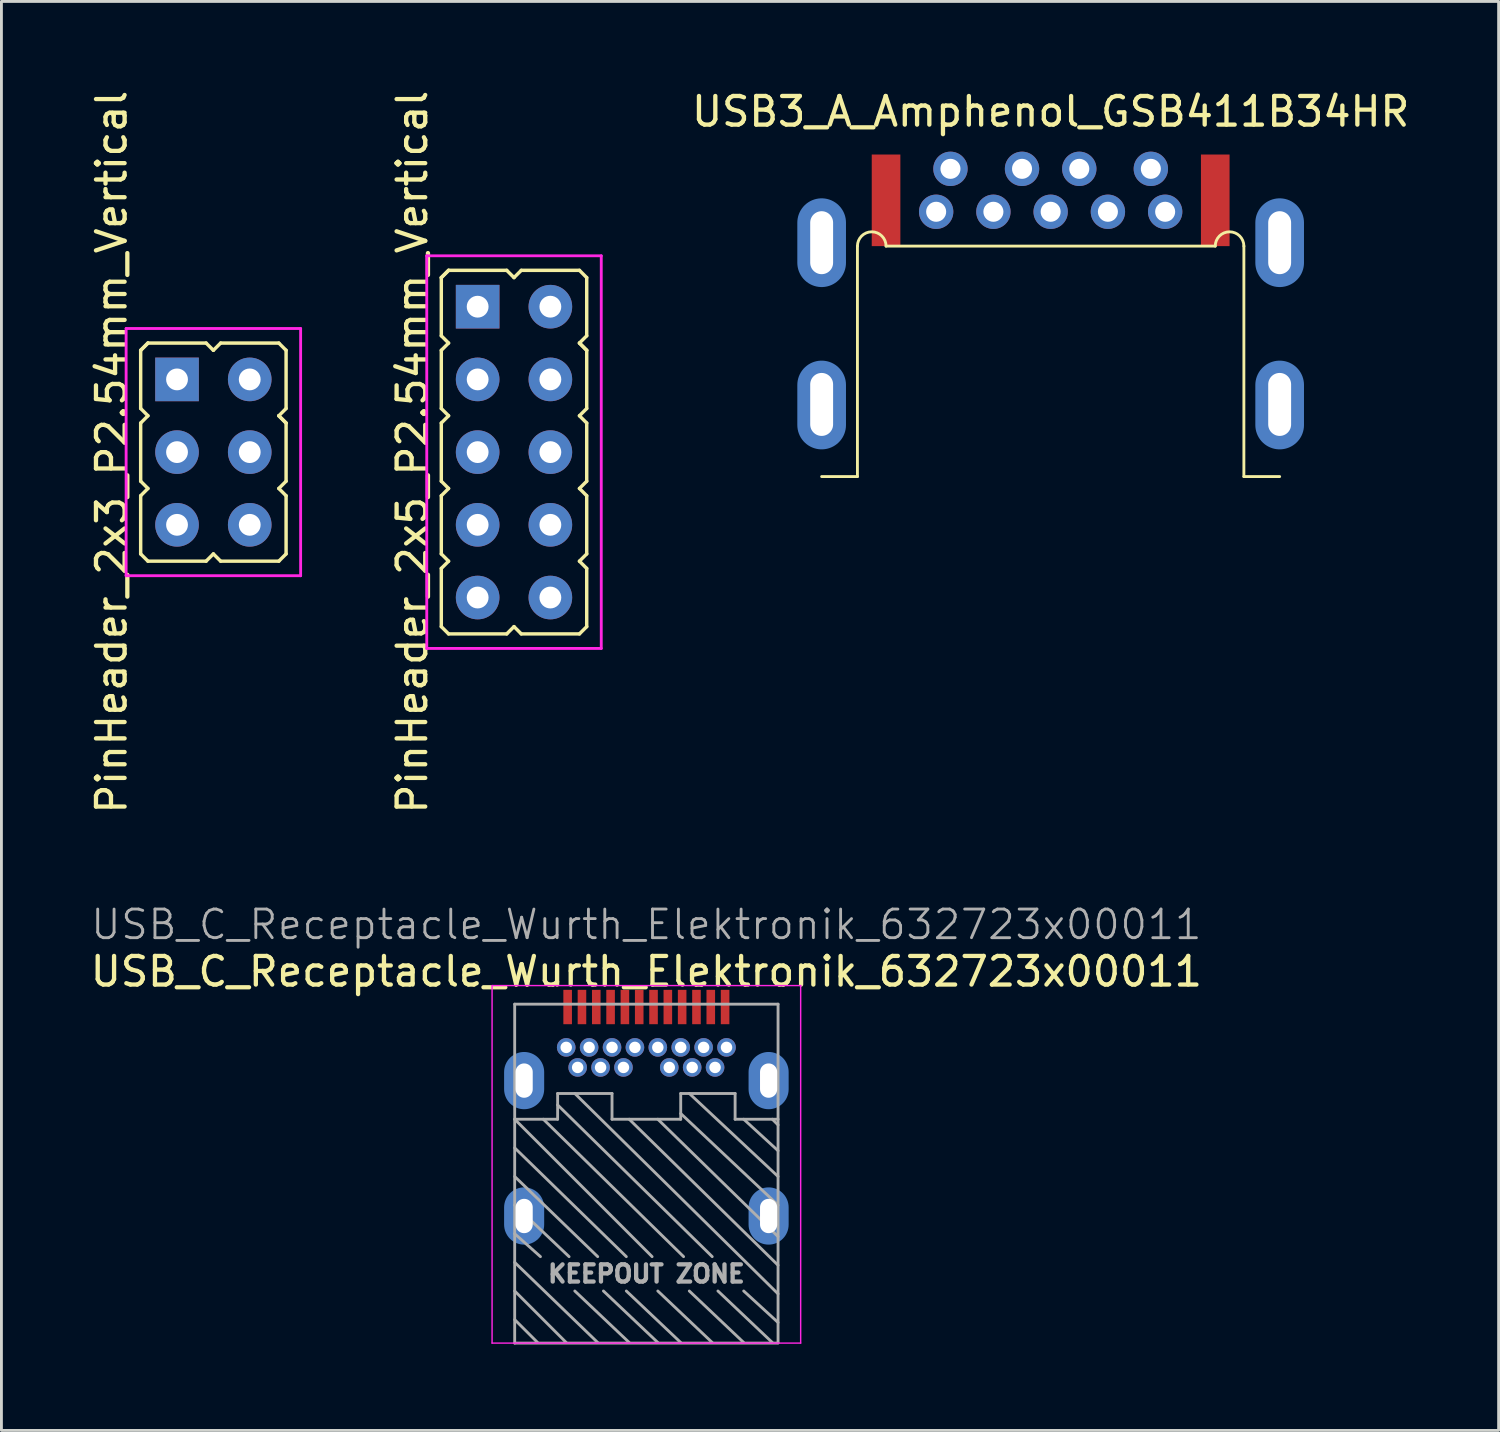
<source format=kicad_pcb>
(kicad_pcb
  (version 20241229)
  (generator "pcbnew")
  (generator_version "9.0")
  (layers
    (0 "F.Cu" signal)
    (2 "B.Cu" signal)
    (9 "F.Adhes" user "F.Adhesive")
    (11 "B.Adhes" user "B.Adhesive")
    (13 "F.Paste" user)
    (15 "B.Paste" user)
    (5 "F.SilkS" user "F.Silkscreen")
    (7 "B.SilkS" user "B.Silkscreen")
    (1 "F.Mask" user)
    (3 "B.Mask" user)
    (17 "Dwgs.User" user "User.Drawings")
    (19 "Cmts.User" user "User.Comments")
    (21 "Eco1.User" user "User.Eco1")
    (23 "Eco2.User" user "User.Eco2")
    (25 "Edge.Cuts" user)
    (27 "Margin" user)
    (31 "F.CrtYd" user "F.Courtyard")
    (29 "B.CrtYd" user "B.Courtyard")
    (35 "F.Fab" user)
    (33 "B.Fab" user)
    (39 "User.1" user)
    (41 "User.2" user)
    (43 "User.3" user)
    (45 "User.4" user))
  (footprint "PinHeader_2x5_P2.54mm_Vertical"
    (layer "F.Cu")
    (at 14.906 12.744)
    (property "Reference" "PinHeader_2x5_P2.54mm_Vertical" (at -3.556 0 90) (layer "F.SilkS") (effects (font (size 1 1) (thickness 0.15))))
    (attr through_hole)
    (fp_line (start -2.54 -6.096) (end -2.286 -6.35) (stroke (width 0.12) (type solid)) (layer "F.SilkS"))
    (fp_line (start -2.54 -6.096) (end -2.286 -6.35) (stroke (width 0.12) (type solid)) (layer "F.SilkS"))
    (fp_line (start -2.54 -4.064) (end -2.54 -6.096) (stroke (width 0.12) (type solid)) (layer "F.SilkS"))
    (fp_line (start -2.54 -3.556) (end -2.286 -3.81) (stroke (width 0.12) (type solid)) (layer "F.SilkS"))
    (fp_line (start -2.54 -1.524) (end -2.54 -3.556) (stroke (width 0.12) (type solid)) (layer "F.SilkS"))
    (fp_line (start -2.54 -1.016) (end -2.286 -1.27) (stroke (width 0.12) (type solid)) (layer "F.SilkS"))
    (fp_line (start -2.54 1.016) (end -2.54 -1.016) (stroke (width 0.12) (type solid)) (layer "F.SilkS"))
    (fp_line (start -2.54 1.524) (end -2.286 1.27) (stroke (width 0.12) (type solid)) (layer "F.SilkS"))
    (fp_line (start -2.54 3.556) (end -2.54 1.524) (stroke (width 0.12) (type solid)) (layer "F.SilkS"))
    (fp_line (start -2.54 4.064) (end -2.286 3.81) (stroke (width 0.12) (type solid)) (layer "F.SilkS"))
    (fp_line (start -2.54 6.096) (end -2.54 4.064) (stroke (width 0.12) (type solid)) (layer "F.SilkS"))
    (fp_line (start -2.286 -3.81) (end -2.54 -4.064) (stroke (width 0.12) (type solid)) (layer "F.SilkS"))
    (fp_line (start -2.286 -1.27) (end -2.54 -1.524) (stroke (width 0.12) (type solid)) (layer "F.SilkS"))
    (fp_line (start -2.286 1.27) (end -2.54 1.016) (stroke (width 0.12) (type solid)) (layer "F.SilkS"))
    (fp_line (start -2.286 3.81) (end -2.54 3.556) (stroke (width 0.12) (type solid)) (layer "F.SilkS"))
    (fp_line (start -2.286 6.35) (end -2.54 6.096) (stroke (width 0.12) (type solid)) (layer "F.SilkS"))
    (fp_line (start -0.254 -6.35) (end -2.286 -6.35) (stroke (width 0.12) (type solid)) (layer "F.SilkS"))
    (fp_line (start -0.254 6.35) (end -2.286 6.35) (stroke (width 0.12) (type solid)) (layer "F.SilkS"))
    (fp_line (start -0.254 6.35) (end 0 6.096) (stroke (width 0.12) (type solid)) (layer "F.SilkS"))
    (fp_line (start 0 -6.096) (end -0.254 -6.35) (stroke (width 0.12) (type solid)) (layer "F.SilkS"))
    (fp_line (start 0.254 -6.35) (end 0 -6.096) (stroke (width 0.12) (type solid)) (layer "F.SilkS"))
    (fp_line (start 0.254 -6.35) (end 2.286 -6.35) (stroke (width 0.12) (type solid)) (layer "F.SilkS"))
    (fp_line (start 0.254 6.35) (end 0 6.096) (stroke (width 0.12) (type solid)) (layer "F.SilkS"))
    (fp_line (start 2.286 -6.35) (end 2.54 -6.096) (stroke (width 0.12) (type solid)) (layer "F.SilkS"))
    (fp_line (start 2.286 -3.81) (end 2.54 -3.556) (stroke (width 0.12) (type solid)) (layer "F.SilkS"))
    (fp_line (start 2.286 -3.81) (end 2.54 -3.556) (stroke (width 0.12) (type solid)) (layer "F.SilkS"))
    (fp_line (start 2.286 -1.27) (end 2.54 -1.016) (stroke (width 0.12) (type solid)) (layer "F.SilkS"))
    (fp_line (start 2.286 1.27) (end 2.54 1.524) (stroke (width 0.12) (type solid)) (layer "F.SilkS"))
    (fp_line (start 2.286 3.81) (end 2.54 4.064) (stroke (width 0.12) (type solid)) (layer "F.SilkS"))
    (fp_line (start 2.286 6.35) (end 0.254 6.35) (stroke (width 0.12) (type solid)) (layer "F.SilkS"))
    (fp_line (start 2.54 -6.096) (end 2.54 -4.064) (stroke (width 0.12) (type solid)) (layer "F.SilkS"))
    (fp_line (start 2.54 -4.064) (end 2.286 -3.81) (stroke (width 0.12) (type solid)) (layer "F.SilkS"))
    (fp_line (start 2.54 -3.556) (end 2.54 -1.524) (stroke (width 0.12) (type solid)) (layer "F.SilkS"))
    (fp_line (start 2.54 -1.524) (end 2.286 -1.27) (stroke (width 0.12) (type solid)) (layer "F.SilkS"))
    (fp_line (start 2.54 -1.016) (end 2.54 1.016) (stroke (width 0.12) (type solid)) (layer "F.SilkS"))
    (fp_line (start 2.54 1.016) (end 2.286 1.27) (stroke (width 0.12) (type solid)) (layer "F.SilkS"))
    (fp_line (start 2.54 1.524) (end 2.54 3.556) (stroke (width 0.12) (type solid)) (layer "F.SilkS"))
    (fp_line (start 2.54 3.556) (end 2.286 3.81) (stroke (width 0.12) (type solid)) (layer "F.SilkS"))
    (fp_line (start 2.54 4.064) (end 2.54 6.096) (stroke (width 0.12) (type solid)) (layer "F.SilkS"))
    (fp_line (start 2.54 6.096) (end 2.286 6.35) (stroke (width 0.12) (type solid)) (layer "F.SilkS"))
    (fp_line (start -3.048 6.858) (end -3.048 -6.858) (stroke (width 0.1) (type solid)) (layer "F.CrtYd"))
    (fp_line (start -3.048 6.858) (end 3.048 6.858) (stroke (width 0.1) (type solid)) (layer "F.CrtYd"))
    (fp_line (start 3.048 -6.858) (end -3.048 -6.858) (stroke (width 0.1) (type solid)) (layer "F.CrtYd"))
    (fp_line (start 3.048 -6.858) (end 3.048 6.858) (stroke (width 0.1) (type solid)) (layer "F.CrtYd"))
    (pad "1" thru_hole rect (at -1.27 -5.08) (size 1.524 1.524) (drill 0.762) (layers "*.Cu" "*.Mask"))
    (pad "2" thru_hole oval (at 1.27 -5.08) (size 1.524 1.524) (drill 0.762) (layers "*.Cu" "*.Mask"))
    (pad "3" thru_hole oval (at -1.27 -2.54) (size 1.524 1.524) (drill 0.762) (layers "*.Cu" "*.Mask"))
    (pad "4" thru_hole oval (at 1.27 -2.54) (size 1.524 1.524) (drill 0.762) (layers "*.Cu" "*.Mask"))
    (pad "5" thru_hole oval (at -1.27 0) (size 1.524 1.524) (drill 0.762) (layers "*.Cu" "*.Mask"))
    (pad "6" thru_hole oval (at 1.27 0) (size 1.524 1.524) (drill 0.762) (layers "*.Cu" "*.Mask"))
    (pad "7" thru_hole oval (at -1.27 2.54) (size 1.524 1.524) (drill 0.762) (layers "*.Cu" "*.Mask"))
    (pad "8" thru_hole oval (at 1.27 2.54) (size 1.524 1.524) (drill 0.762) (layers "*.Cu" "*.Mask"))
    (pad "9" thru_hole oval (at -1.27 5.08) (size 1.524 1.524) (drill 0.762) (layers "*.Cu" "*.Mask"))
    (pad "10" thru_hole oval (at 1.27 5.08) (size 1.524 1.524) (drill 0.762) (layers "*.Cu" "*.Mask")))
  (footprint "PinHeader_2x3_P2.54mm_Vertical"
    (layer "F.Cu")
    (at 4.404 12.744)
    (property "Reference" "PinHeader_2x3_P2.54mm_Vertical" (at -3.556 0 90) (layer "F.SilkS") (effects (font (size 1 1) (thickness 0.15))))
    (attr through_hole)
    (fp_line (start -2.54 -3.556) (end -2.286 -3.81) (stroke (width 0.12) (type solid)) (layer "F.SilkS"))
    (fp_line (start -2.54 -3.556) (end -2.286 -3.81) (stroke (width 0.12) (type solid)) (layer "F.SilkS"))
    (fp_line (start -2.54 -1.524) (end -2.54 -3.556) (stroke (width 0.12) (type solid)) (layer "F.SilkS"))
    (fp_line (start -2.54 -1.016) (end -2.286 -1.27) (stroke (width 0.12) (type solid)) (layer "F.SilkS"))
    (fp_line (start -2.54 1.016) (end -2.54 -1.016) (stroke (width 0.12) (type solid)) (layer "F.SilkS"))
    (fp_line (start -2.54 1.524) (end -2.286 1.27) (stroke (width 0.12) (type solid)) (layer "F.SilkS"))
    (fp_line (start -2.54 3.556) (end -2.54 1.524) (stroke (width 0.12) (type solid)) (layer "F.SilkS"))
    (fp_line (start -2.286 -1.27) (end -2.54 -1.524) (stroke (width 0.12) (type solid)) (layer "F.SilkS"))
    (fp_line (start -2.286 1.27) (end -2.54 1.016) (stroke (width 0.12) (type solid)) (layer "F.SilkS"))
    (fp_line (start -2.286 3.81) (end -2.54 3.556) (stroke (width 0.12) (type solid)) (layer "F.SilkS"))
    (fp_line (start -0.254 -3.81) (end -2.286 -3.81) (stroke (width 0.12) (type solid)) (layer "F.SilkS"))
    (fp_line (start -0.254 3.81) (end -2.286 3.81) (stroke (width 0.12) (type solid)) (layer "F.SilkS"))
    (fp_line (start -0.254 3.81) (end 0 3.556) (stroke (width 0.12) (type solid)) (layer "F.SilkS"))
    (fp_line (start 0 -3.556) (end -0.254 -3.81) (stroke (width 0.12) (type solid)) (layer "F.SilkS"))
    (fp_line (start 0.254 -3.81) (end 0 -3.556) (stroke (width 0.12) (type solid)) (layer "F.SilkS"))
    (fp_line (start 0.254 -3.81) (end 2.286 -3.81) (stroke (width 0.12) (type solid)) (layer "F.SilkS"))
    (fp_line (start 0.254 3.81) (end 0 3.556) (stroke (width 0.12) (type solid)) (layer "F.SilkS"))
    (fp_line (start 2.286 -3.81) (end 2.54 -3.556) (stroke (width 0.12) (type solid)) (layer "F.SilkS"))
    (fp_line (start 2.286 -1.27) (end 2.54 -1.016) (stroke (width 0.12) (type solid)) (layer "F.SilkS"))
    (fp_line (start 2.286 -1.27) (end 2.54 -1.016) (stroke (width 0.12) (type solid)) (layer "F.SilkS"))
    (fp_line (start 2.286 1.27) (end 2.54 1.524) (stroke (width 0.12) (type solid)) (layer "F.SilkS"))
    (fp_line (start 2.286 3.81) (end 0.254 3.81) (stroke (width 0.12) (type solid)) (layer "F.SilkS"))
    (fp_line (start 2.54 -3.556) (end 2.54 -1.524) (stroke (width 0.12) (type solid)) (layer "F.SilkS"))
    (fp_line (start 2.54 -1.524) (end 2.286 -1.27) (stroke (width 0.12) (type solid)) (layer "F.SilkS"))
    (fp_line (start 2.54 -1.016) (end 2.54 1.016) (stroke (width 0.12) (type solid)) (layer "F.SilkS"))
    (fp_line (start 2.54 1.016) (end 2.286 1.27) (stroke (width 0.12) (type solid)) (layer "F.SilkS"))
    (fp_line (start 2.54 1.524) (end 2.54 3.556) (stroke (width 0.12) (type solid)) (layer "F.SilkS"))
    (fp_line (start 2.54 3.556) (end 2.286 3.81) (stroke (width 0.12) (type solid)) (layer "F.SilkS"))
    (fp_line (start -3.048 4.318) (end -3.048 -4.318) (stroke (width 0.1) (type solid)) (layer "F.CrtYd"))
    (fp_line (start -3.048 4.318) (end 3.048 4.318) (stroke (width 0.1) (type solid)) (layer "F.CrtYd"))
    (fp_line (start 3.048 -4.318) (end -3.048 -4.318) (stroke (width 0.1) (type solid)) (layer "F.CrtYd"))
    (fp_line (start 3.048 -4.318) (end 3.048 4.318) (stroke (width 0.1) (type solid)) (layer "F.CrtYd"))
    (pad "1" thru_hole rect (at -1.27 -2.54) (size 1.524 1.524) (drill 0.762) (layers "*.Cu" "*.Mask"))
    (pad "2" thru_hole oval (at 1.27 -2.54) (size 1.524 1.524) (drill 0.762) (layers "*.Cu" "*.Mask"))
    (pad "3" thru_hole oval (at -1.27 0) (size 1.524 1.524) (drill 0.762) (layers "*.Cu" "*.Mask"))
    (pad "4" thru_hole oval (at 1.27 0) (size 1.524 1.524) (drill 0.762) (layers "*.Cu" "*.Mask"))
    (pad "5" thru_hole oval (at -1.27 2.54) (size 1.524 1.524) (drill 0.762) (layers "*.Cu" "*.Mask"))
    (pad "6" thru_hole oval (at 1.27 2.54) (size 1.524 1.524) (drill 0.762) (layers "*.Cu" "*.Mask")))
  (footprint "USB3_A_Amphenol_GSB411B34HR"
    (layer "F.Cu")
    (at 33.653 4.348)
    (property "Reference" "USB3_A_Amphenol_GSB411B34HR" (at 0 -3.5 0) (layer "F.SilkS") (effects (font (size 1 1) (thickness 0.15))))
    (attr through_hole)
    (fp_line (start -6.75 9.25) (end -8 9.25) (stroke (width 0.1) (type solid)) (layer "F.SilkS"))
    (fp_line (start -6.75 9.25) (end -6.75 1.2) (stroke (width 0.1) (type solid)) (layer "F.SilkS"))
    (fp_line (start -5.75 1.2) (end 5.75 1.2) (stroke (width 0.1) (type solid)) (layer "F.SilkS"))
    (fp_line (start 6.75 9.25) (end 6.75 1.2) (stroke (width 0.1) (type solid)) (layer "F.SilkS"))
    (fp_line (start 6.75 9.25) (end 8 9.25) (stroke (width 0.1) (type solid)) (layer "F.SilkS"))
    (fp_arc (start -6.75 1.2) (mid -6.25 0.7) (end -5.75 1.2) (stroke (width 0.1) (type solid)) (layer "F.SilkS"))
    (fp_arc (start 5.75 1.2) (mid 6.25 0.7) (end 6.75 1.2) (stroke (width 0.1) (type solid)) (layer "F.SilkS"))
    (pad "1" thru_hole circle (at 3.5 -1.5) (size 1.2 1.2) (drill 0.7) (layers "*.Cu" "*.Mask"))
    (pad "2" thru_hole circle (at 1 -1.5) (size 1.2 1.2) (drill 0.7) (layers "*.Cu" "*.Mask"))
    (pad "3" thru_hole circle (at -1 -1.5) (size 1.2 1.2) (drill 0.7) (layers "*.Cu" "*.Mask"))
    (pad "4" thru_hole circle (at -3.5 -1.5) (size 1.2 1.2) (drill 0.7) (layers "*.Cu" "*.Mask"))
    (pad "5" thru_hole circle (at -4 0) (size 1.2 1.2) (drill 0.7) (layers "*.Cu" "*.Mask"))
    (pad "6" thru_hole circle (at -2 0) (size 1.2 1.2) (drill 0.7) (layers "*.Cu" "*.Mask"))
    (pad "7" thru_hole circle (at 0 0) (size 1.2 1.2) (drill 0.7) (layers "*.Cu" "*.Mask"))
    (pad "8" thru_hole circle (at 2 0) (size 1.2 1.2) (drill 0.7) (layers "*.Cu" "*.Mask"))
    (pad "9" thru_hole circle (at 4 0) (size 1.2 1.2) (drill 0.7) (layers "*.Cu" "*.Mask"))
    (pad "SHIELD" thru_hole oval (at -8 1.08) (size 1.4 2.8) (drill oval 0.8 2.2) (layers "*.Cu" "*.Mask"))
    (pad "SHIELD" smd oval (at -8 1.08) (size 1.7 3.1) (layers "B.Cu" "B.Mask" "B.Paste"))
    (pad "SHIELD" thru_hole oval (at -8 6.73) (size 1.4 2.8) (drill oval 0.8 2.2) (layers "*.Cu" "*.Mask"))
    (pad "SHIELD" smd oval (at -8 6.75) (size 1.7 3.1) (layers "B.Cu" "B.Mask" "B.Paste"))
    (pad "SHIELD" smd trapezoid (at -5.75 -0.4) (size 1 3.2) (layers "F.Cu" "F.Mask" "F.Paste"))
    (pad "SHIELD" smd trapezoid (at 5.75 -0.4) (size 1 3.2) (layers "F.Cu" "F.Mask" "F.Paste"))
    (pad "SHIELD" thru_hole oval (at 8 1.08) (size 1.4 2.8) (drill oval 0.8 2.2) (layers "*.Cu" "*.Mask"))
    (pad "SHIELD" smd oval (at 8 1.08) (size 1.7 3.1) (layers "B.Cu" "B.Mask" "B.Paste"))
    (pad "SHIELD" thru_hole oval (at 8 6.73) (size 1.4 2.8) (drill oval 0.8 2.2) (layers "*.Cu" "*.Mask"))
    (pad "SHIELD" smd oval (at 8 6.75) (size 1.7 3.1) (layers "B.Cu" "B.Mask" "B.Paste")))
  (footprint "USB_C_Receptacle_Wurth_Elektronik_632723x00011"
    (layer "F.Cu")
    (at 19.53 33.549)
    (property "Reference" "USB_C_Receptacle_Wurth_Elektronik_632723x00011" (at 0 -2.66 0) (layer "F.SilkS") (effects (font (size 1 1) (thickness 0.15))))
    (attr smd)
    (fp_line (start -5.39 -2.17) (end 5.39 -2.17) (stroke (width 0.05) (type solid)) (layer "F.CrtYd"))
    (fp_line (start -5.39 10.32) (end -5.39 -2.17) (stroke (width 0.05) (type solid)) (layer "F.CrtYd"))
    (fp_line (start 5.39 -2.17) (end 5.39 10.32) (stroke (width 0.05) (type solid)) (layer "F.CrtYd"))
    (fp_line (start 5.39 10.32) (end -5.39 10.32) (stroke (width 0.05) (type solid)) (layer "F.CrtYd"))
    (fp_line (start -4.6 -1.52) (end 4.6 -1.52) (stroke (width 0.1) (type solid)) (layer "F.Fab"))
    (fp_line (start -4.6 2.5) (end -3.1 2.5) (stroke (width 0.1) (type solid)) (layer "F.Fab"))
    (fp_line (start -4.6 2.5) (end 0.2 7.3) (stroke (width 0.1) (type solid)) (layer "F.Fab"))
    (fp_line (start -4.6 3.5) (end -0.7 7.3) (stroke (width 0.1) (type solid)) (layer "F.Fab"))
    (fp_line (start -4.6 4.5) (end -1.7 7.3) (stroke (width 0.1) (type solid)) (layer "F.Fab"))
    (fp_line (start -4.6 5.5) (end -2.7 7.3) (stroke (width 0.1) (type solid)) (layer "F.Fab"))
    (fp_line (start -4.6 6.5) (end -3.7 7.3) (stroke (width 0.1) (type solid)) (layer "F.Fab"))
    (fp_line (start -4.6 7.5) (end -1.7 10.3) (stroke (width 0.1) (type solid)) (layer "F.Fab"))
    (fp_line (start -4.6 8.5) (end -2.8 10.3) (stroke (width 0.1) (type solid)) (layer "F.Fab"))
    (fp_line (start -4.6 9.5) (end -3.8 10.3) (stroke (width 0.1) (type solid)) (layer "F.Fab"))
    (fp_line (start -4.6 10.32) (end -4.6 -1.52) (stroke (width 0.1) (type solid)) (layer "F.Fab"))
    (fp_line (start -4.6 10.32) (end 4.6 10.32) (stroke (width 0.1) (type solid)) (layer "F.Fab"))
    (fp_line (start -3.1 1.6) (end -3.1 2.5) (stroke (width 0.1) (type solid)) (layer "F.Fab"))
    (fp_line (start -3.1 1.6) (end -1.2 1.6) (stroke (width 0.1) (type solid)) (layer "F.Fab"))
    (fp_line (start -2.5 8.5) (end -0.6 10.3) (stroke (width 0.1) (type solid)) (layer "F.Fab"))
    (fp_line (start -1.5 8.5) (end 0.4 10.3) (stroke (width 0.1) (type solid)) (layer "F.Fab"))
    (fp_line (start -1.2 1.6) (end -1.2 2.5) (stroke (width 0.1) (type solid)) (layer "F.Fab"))
    (fp_line (start -0.7 8.5) (end 1.2 10.3) (stroke (width 0.1) (type solid)) (layer "F.Fab"))
    (fp_line (start 0.4 8.5) (end 2.3 10.3) (stroke (width 0.1) (type solid)) (layer "F.Fab"))
    (fp_line (start 1.2 1.6) (end 1.2 2.5) (stroke (width 0.1) (type solid)) (layer "F.Fab"))
    (fp_line (start 1.2 1.6) (end 3.1 1.6) (stroke (width 0.1) (type solid)) (layer "F.Fab"))
    (fp_line (start 1.2 2.5) (end -1.2 2.5) (stroke (width 0.1) (type solid)) (layer "F.Fab"))
    (fp_line (start 1.3 7.3) (end -3.6 2.5) (stroke (width 0.1) (type solid)) (layer "F.Fab"))
    (fp_line (start 1.5 8.5) (end 3.4 10.3) (stroke (width 0.1) (type solid)) (layer "F.Fab"))
    (fp_line (start 2.3 7.3) (end -3.1 2) (stroke (width 0.1) (type solid)) (layer "F.Fab"))
    (fp_line (start 2.5 8.5) (end 4.4 10.3) (stroke (width 0.1) (type solid)) (layer "F.Fab"))
    (fp_line (start 3.1 1.6) (end 3.1 2.5) (stroke (width 0.1) (type solid)) (layer "F.Fab"))
    (fp_line (start 3.4 8.5) (end 4.6 9.6) (stroke (width 0.1) (type solid)) (layer "F.Fab"))
    (fp_line (start 4.6 2.5) (end 3.1 2.5) (stroke (width 0.1) (type solid)) (layer "F.Fab"))
    (fp_line (start 4.6 2.7) (end 4.4 2.5) (stroke (width 0.1) (type solid)) (layer "F.Fab"))
    (fp_line (start 4.6 3.6) (end 3.4 2.5) (stroke (width 0.1) (type solid)) (layer "F.Fab"))
    (fp_line (start 4.6 4.5) (end 1.5 1.6) (stroke (width 0.1) (type solid)) (layer "F.Fab"))
    (fp_line (start 4.6 5.5) (end 1.2 2.3) (stroke (width 0.1) (type solid)) (layer "F.Fab"))
    (fp_line (start 4.6 6.6) (end 0.4 2.5) (stroke (width 0.1) (type solid)) (layer "F.Fab"))
    (fp_line (start 4.6 7.6) (end -0.6 2.5) (stroke (width 0.1) (type solid)) (layer "F.Fab"))
    (fp_line (start 4.6 8.6) (end -2.5 1.6) (stroke (width 0.1) (type solid)) (layer "F.Fab"))
    (fp_line (start 4.6 10.31) (end 4.6 -1.52) (stroke (width 0.1) (type solid)) (layer "F.Fab"))
    (fp_text user "KEEPOUT ZONE" (at 0 7.9 0) (layer "F.Fab") (effects (font (size 0.6 0.6) (thickness 0.15))))
    (fp_text user "${REFERENCE}" (at 0 -4.3 0) (layer "F.Fab") (effects (font (size 1 1) (thickness 0.1))))
    (pad "A1" smd rect (at -2.75 -1.42) (size 0.3 1.2) (layers "F.Cu" "F.Mask" "F.Paste"))
    (pad "A2" smd rect (at -2.25 -1.42) (size 0.3 1.2) (layers "F.Cu" "F.Mask" "F.Paste"))
    (pad "A3" smd rect (at -1.75 -1.42) (size 0.3 1.2) (layers "F.Cu" "F.Mask" "F.Paste"))
    (pad "A4" smd rect (at -1.25 -1.42) (size 0.3 1.2) (layers "F.Cu" "F.Mask" "F.Paste"))
    (pad "A5" smd rect (at -0.75 -1.42) (size 0.3 1.2) (layers "F.Cu" "F.Mask" "F.Paste"))
    (pad "A6" smd rect (at -0.25 -1.42) (size 0.3 1.2) (layers "F.Cu" "F.Mask" "F.Paste"))
    (pad "A7" smd rect (at 0.25 -1.42) (size 0.3 1.2) (layers "F.Cu" "F.Mask" "F.Paste"))
    (pad "A8" smd rect (at 0.75 -1.42) (size 0.3 1.2) (layers "F.Cu" "F.Mask" "F.Paste"))
    (pad "A9" smd rect (at 1.25 -1.42) (size 0.3 1.2) (layers "F.Cu" "F.Mask" "F.Paste"))
    (pad "A10" smd rect (at 1.75 -1.42) (size 0.3 1.2) (layers "F.Cu" "F.Mask" "F.Paste"))
    (pad "A11" smd rect (at 2.25 -1.42) (size 0.3 1.2) (layers "F.Cu" "F.Mask" "F.Paste"))
    (pad "A12" smd rect (at 2.75 -1.42) (size 0.3 1.2) (layers "F.Cu" "F.Mask" "F.Paste"))
    (pad "B1" thru_hole circle (at 2.8 -0.01) (size 0.65 0.65) (drill 0.4) (layers "*.Cu" "*.Mask"))
    (pad "B2" thru_hole circle (at 2.4 0.69) (size 0.65 0.65) (drill 0.4) (layers "*.Cu" "*.Mask"))
    (pad "B3" thru_hole circle (at 1.6 0.69) (size 0.65 0.65) (drill 0.4) (layers "*.Cu" "*.Mask"))
    (pad "B4" thru_hole circle (at 1.2 -0.01) (size 0.65 0.65) (drill 0.4) (layers "*.Cu" "*.Mask"))
    (pad "B5" thru_hole circle (at 0.8 0.69) (size 0.65 0.65) (drill 0.4) (layers "*.Cu" "*.Mask"))
    (pad "B6" thru_hole circle (at 0.4 -0.01) (size 0.65 0.65) (drill 0.4) (layers "*.Cu" "*.Mask"))
    (pad "B7" thru_hole circle (at -0.4 -0.01) (size 0.65 0.65) (drill 0.4) (layers "*.Cu" "*.Mask"))
    (pad "B8" thru_hole circle (at -0.8 0.69) (size 0.65 0.65) (drill 0.4) (layers "*.Cu" "*.Mask"))
    (pad "B9" thru_hole circle (at -1.2 -0.01) (size 0.65 0.65) (drill 0.4) (layers "*.Cu" "*.Mask"))
    (pad "B10" thru_hole circle (at -1.6 0.69) (size 0.65 0.65) (drill 0.4) (layers "*.Cu" "*.Mask"))
    (pad "B11" thru_hole circle (at -2.4 0.69) (size 0.65 0.65) (drill 0.4) (layers "*.Cu" "*.Mask"))
    (pad "B12" thru_hole circle (at -2.8 -0.01) (size 0.65 0.65) (drill 0.4) (layers "*.Cu" "*.Mask"))
    (pad "GND" thru_hole circle (at -2 -0.01) (size 0.65 0.65) (drill 0.4) (layers "*.Cu" "*.Mask"))
    (pad "GND" thru_hole circle (at 2 -0.01) (size 0.65 0.65) (drill 0.4) (layers "*.Cu" "*.Mask"))
    (pad "SHIELD" thru_hole oval (at -4.27 1.15) (size 1 1.6) (drill oval 0.6 1.2) (layers "*.Cu" "*.Mask"))
    (pad "SHIELD" smd oval (at -4.27 1.15) (size 1.4 2) (layers "B.Cu" "B.Mask" "B.Paste"))
    (pad "SHIELD" thru_hole oval (at -4.27 5.88) (size 1 1.6) (drill oval 0.6 1.2) (layers "*.Cu" "*.Mask"))
    (pad "SHIELD" smd oval (at -4.27 5.88) (size 1.4 2) (layers "B.Cu" "B.Mask" "B.Paste"))
    (pad "SHIELD" thru_hole oval (at 4.27 1.15) (size 1 1.6) (drill oval 0.6 1.2) (layers "*.Cu" "*.Mask"))
    (pad "SHIELD" smd oval (at 4.27 1.15) (size 1.4 2) (layers "B.Cu" "B.Mask" "B.Paste"))
    (pad "SHIELD" thru_hole oval (at 4.27 5.88) (size 1 1.6) (drill oval 0.6 1.2) (layers "*.Cu" "*.Mask"))
    (pad "SHIELD" smd oval (at 4.27 5.88) (size 1.4 2) (layers "B.Cu" "B.Mask" "B.Paste")))
  (gr_rect
    (start -3 -3)
    (end 49.302 46.919)
    (stroke (width 0.1) (type default))
    (fill no)
    (layer "Edge.Cuts")))
</source>
